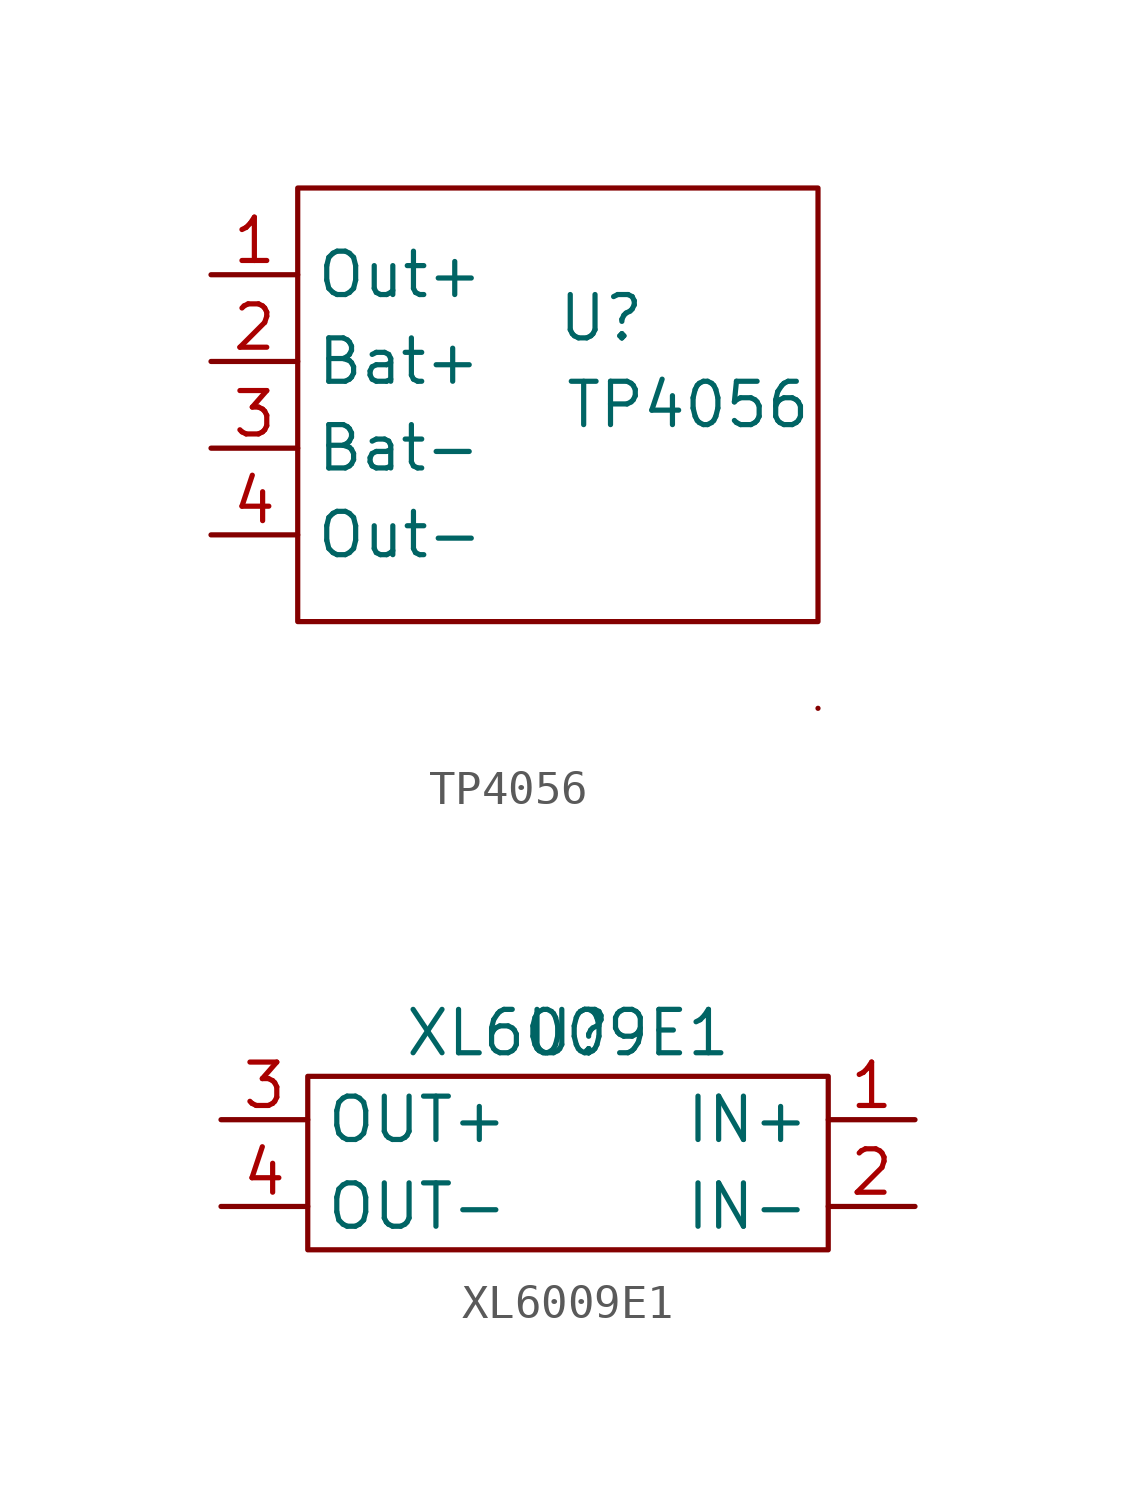
<source format=kicad_sym>
(kicad_symbol_lib
  (version 20211014)
  (generator kicad_symbol_editor)
  (symbol "TP4056"
    (property "Reference" "U"
      (at 1.27 -6.35 0)
      (effects (font (size 1.27 1.27))))
    (property "Value" "TP4056"
      (at 3.81 -8.89 0)
      (effects (font (size 1.27 1.27))))
    (symbol "TP4056_0_1"
      (rectangle (start -7.62 -2.54) (end 7.62 -15.24) (stroke (width 0) (type default) (color 0 0 0 0)) (fill (type none)))
      (rectangle (start 7.62 -17.78) (end 7.62 -17.78) (stroke (width 0) (type default) (color 0 0 0 0)) (fill (type none))))
    (symbol "TP4056_1_1"
      (pin output line (at -10.16 -5.08 0) (length 2.54) (name "Out+" (effects (font (size 1.27 1.27)))) (number "1" (effects (font (size 1.27 1.27)))))
      (pin output line (at -10.16 -7.62 0) (length 2.54) (name "Bat+" (effects (font (size 1.27 1.27)))) (number "2" (effects (font (size 1.27 1.27)))))
      (pin output line (at -10.16 -10.16 0) (length 2.54) (name "Bat-" (effects (font (size 1.27 1.27)))) (number "3" (effects (font (size 1.27 1.27)))))
      (pin output line (at -10.16 -12.7 0) (length 2.54) (name "Out-" (effects (font (size 1.27 1.27)))) (number "4" (effects (font (size 1.27 1.27)))))))
  (symbol "XL6009E1"
    (property "Reference" "U"
      (at 0 0 0)
      (effects (font (size 1.27 1.27))))
    (property "Value" "XL6009E1"
      (at 0 0 0)
      (effects (font (size 1.27 1.27))))
    (symbol "XL6009E1_0_1"
      (rectangle (start -7.62 -1.27) (end 7.62 -6.35) (stroke (width 0) (type default) (color 0 0 0 0)) (fill (type none))))
    (symbol "XL6009E1_1_1"
      (pin input line (at 10.16 -2.54 180) (length 2.54) (name "IN+" (effects (font (size 1.27 1.27)))) (number "1" (effects (font (size 1.27 1.27)))))
      (pin input line (at 10.16 -5.08 180) (length 2.54) (name "IN-" (effects (font (size 1.27 1.27)))) (number "2" (effects (font (size 1.27 1.27)))))
      (pin output line (at -10.16 -2.54 0) (length 2.54) (name "OUT+" (effects (font (size 1.27 1.27)))) (number "3" (effects (font (size 1.27 1.27)))))
      (pin output line (at -10.16 -5.08 0) (length 2.54) (name "OUT-" (effects (font (size 1.27 1.27)))) (number "4" (effects (font (size 1.27 1.27))))))))
</source>
